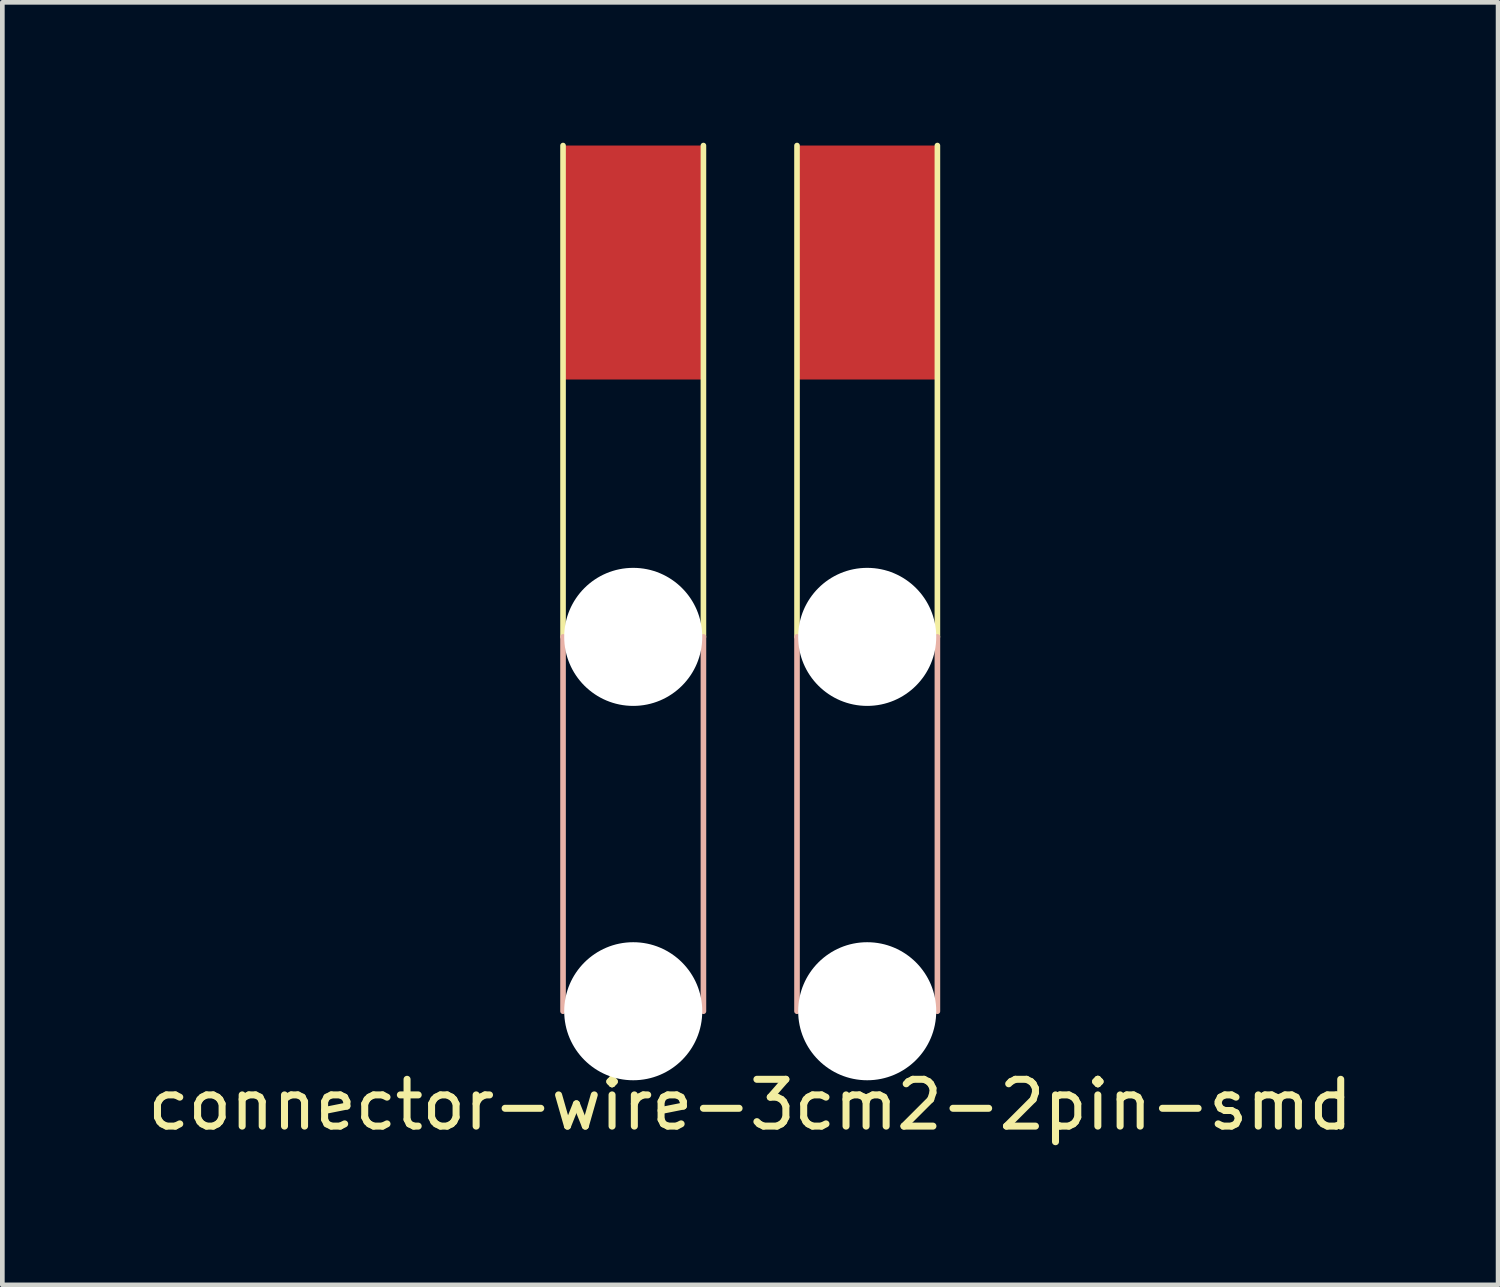
<source format=kicad_pcb>
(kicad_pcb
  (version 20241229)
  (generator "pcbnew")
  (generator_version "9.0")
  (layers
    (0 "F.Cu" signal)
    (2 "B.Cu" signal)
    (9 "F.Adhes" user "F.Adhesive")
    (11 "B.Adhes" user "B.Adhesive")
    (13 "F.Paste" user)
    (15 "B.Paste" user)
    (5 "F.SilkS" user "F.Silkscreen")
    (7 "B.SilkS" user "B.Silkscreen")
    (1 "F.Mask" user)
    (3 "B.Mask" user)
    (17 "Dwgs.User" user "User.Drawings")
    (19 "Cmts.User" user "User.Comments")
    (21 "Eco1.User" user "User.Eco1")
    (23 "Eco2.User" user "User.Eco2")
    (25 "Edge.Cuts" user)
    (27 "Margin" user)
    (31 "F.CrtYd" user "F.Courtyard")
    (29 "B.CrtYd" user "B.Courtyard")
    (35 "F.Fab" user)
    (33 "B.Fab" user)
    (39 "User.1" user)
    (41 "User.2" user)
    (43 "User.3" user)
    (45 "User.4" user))
  (footprint "connector-wire-3cm2-2pin-smd"
    (layer "F.Cu")
    (at 12.982 10.56)
    (property "Reference" "connector-wire-3cm2-2pin-smd" (at 0 10 0) (layer "F.SilkS") (effects (font (size 1 1) (thickness 0.15))))
    (attr through_hole)
    (fp_line (start -4 0) (end -4 -10.5) (stroke (width 0.12) (type solid)) (layer "F.SilkS"))
    (fp_line (start -1 -10.5) (end -1 0) (stroke (width 0.12) (type solid)) (layer "F.SilkS"))
    (fp_line (start 1 0) (end 1 -10.5) (stroke (width 0.12) (type solid)) (layer "F.SilkS"))
    (fp_line (start 4 -10.5) (end 4 0) (stroke (width 0.12) (type solid)) (layer "F.SilkS"))
    (fp_line (start -4 8) (end -4 0) (stroke (width 0.12) (type solid)) (layer "B.SilkS"))
    (fp_line (start -1 0) (end -1 8) (stroke (width 0.12) (type solid)) (layer "B.SilkS"))
    (fp_line (start 1 8) (end 1 0) (stroke (width 0.12) (type solid)) (layer "B.SilkS"))
    (fp_line (start 4 0) (end 4 8) (stroke (width 0.12) (type solid)) (layer "B.SilkS"))
    (pad "" np_thru_hole circle (at -2.5 0) (size 2.95 2.95) (drill 2.95) (layers "*.Cu" "*.Mask"))
    (pad "" np_thru_hole circle (at -2.5 8) (size 2.95 2.95) (drill 2.95) (layers "*.Cu" "*.Mask"))
    (pad "" np_thru_hole circle (at 2.5 0) (size 2.95 2.95) (drill 2.95) (layers "*.Cu" "*.Mask"))
    (pad "" np_thru_hole circle (at 2.5 8) (size 2.95 2.95) (drill 2.95) (layers "*.Cu" "*.Mask"))
    (pad "1" smd rect (at -2.5 -8) (size 2.95 5) (layers "F.Cu" "F.Mask" "F.Paste"))
    (pad "2" smd rect (at 2.5 -8) (size 2.95 5) (layers "F.Cu" "F.Mask" "F.Paste")))
  (gr_rect
    (start -3 -3)
    (end 28.964 24.408)
    (stroke (width 0.1) (type default))
    (fill no)
    (layer "Edge.Cuts")))
</source>
